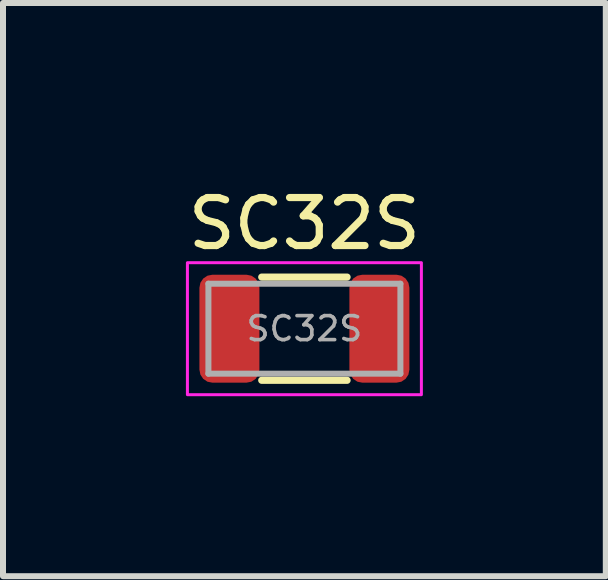
<source format=kicad_pcb>
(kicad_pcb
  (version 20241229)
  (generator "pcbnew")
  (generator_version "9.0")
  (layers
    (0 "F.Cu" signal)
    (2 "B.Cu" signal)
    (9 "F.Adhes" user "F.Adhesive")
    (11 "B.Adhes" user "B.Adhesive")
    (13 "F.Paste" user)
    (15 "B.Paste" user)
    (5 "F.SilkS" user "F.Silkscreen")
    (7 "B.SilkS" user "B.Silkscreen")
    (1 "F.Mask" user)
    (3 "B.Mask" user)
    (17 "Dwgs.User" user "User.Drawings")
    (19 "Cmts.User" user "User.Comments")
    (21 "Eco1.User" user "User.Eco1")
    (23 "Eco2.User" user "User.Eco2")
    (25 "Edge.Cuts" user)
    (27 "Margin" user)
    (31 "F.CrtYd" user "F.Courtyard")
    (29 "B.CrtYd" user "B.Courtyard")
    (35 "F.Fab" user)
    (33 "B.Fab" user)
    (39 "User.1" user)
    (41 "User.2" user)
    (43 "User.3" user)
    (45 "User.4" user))
  (footprint "SC32S"
    (layer "F.Cu")
    (at 2.024 2.429)
    (property "Reference" "SC32S" (at 0 -1.75 0) (layer "F.SilkS") (effects (font (size 0.8 0.8) (thickness 0.12))))
    (attr smd)
    (fp_line (start -0.711 -0.86) (end 0.711 -0.86) (stroke (width 0.12) (type solid)) (layer "F.SilkS"))
    (fp_line (start -0.711 0.86) (end 0.711 0.86) (stroke (width 0.12) (type solid)) (layer "F.SilkS"))
    (fp_rect (start -1.95 -1.1) (end 1.95 1.1) (stroke (width 0.05) (type solid)) (fill no) (layer "F.CrtYd"))
    (fp_line (start -1.6 -0.75) (end 1.6 -0.75) (stroke (width 0.1) (type solid)) (layer "F.Fab"))
    (fp_line (start -1.6 0.75) (end -1.6 -0.75) (stroke (width 0.1) (type solid)) (layer "F.Fab"))
    (fp_line (start 1.6 -0.75) (end 1.6 0.75) (stroke (width 0.1) (type solid)) (layer "F.Fab"))
    (fp_line (start 1.6 0.75) (end -1.6 0.75) (stroke (width 0.1) (type solid)) (layer "F.Fab"))
    (fp_text user "${REFERENCE}" (at 0 0 0) (layer "F.Fab") (effects (font (size 0.4 0.4) (thickness 0.06))))
    (pad "1" smd roundrect (at -1.25 0) (size 1 1.8) (layers "F.Cu" "F.Mask" "F.Paste") (roundrect_rratio 0.217))
    (pad "2" smd roundrect (at 1.25 0) (size 1 1.8) (layers "F.Cu" "F.Mask" "F.Paste") (roundrect_rratio 0.217)))
  (gr_rect
    (start -3 -3)
    (end 7.048 6.554)
    (stroke (width 0.1) (type default))
    (fill no)
    (layer "Edge.Cuts")))
</source>
